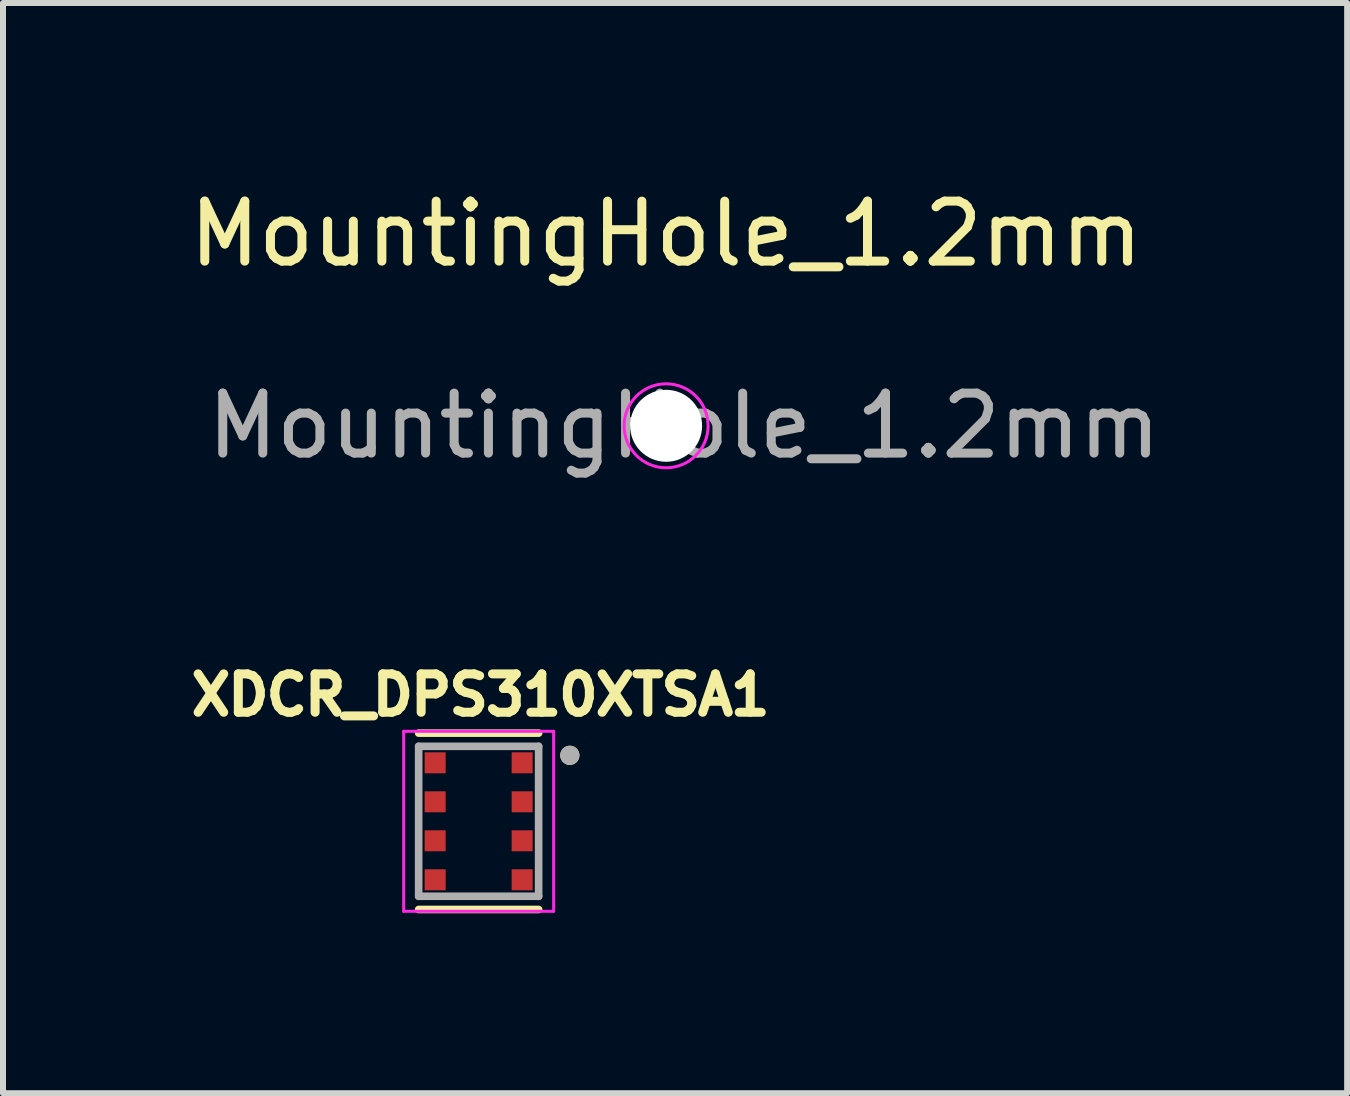
<source format=kicad_pcb>
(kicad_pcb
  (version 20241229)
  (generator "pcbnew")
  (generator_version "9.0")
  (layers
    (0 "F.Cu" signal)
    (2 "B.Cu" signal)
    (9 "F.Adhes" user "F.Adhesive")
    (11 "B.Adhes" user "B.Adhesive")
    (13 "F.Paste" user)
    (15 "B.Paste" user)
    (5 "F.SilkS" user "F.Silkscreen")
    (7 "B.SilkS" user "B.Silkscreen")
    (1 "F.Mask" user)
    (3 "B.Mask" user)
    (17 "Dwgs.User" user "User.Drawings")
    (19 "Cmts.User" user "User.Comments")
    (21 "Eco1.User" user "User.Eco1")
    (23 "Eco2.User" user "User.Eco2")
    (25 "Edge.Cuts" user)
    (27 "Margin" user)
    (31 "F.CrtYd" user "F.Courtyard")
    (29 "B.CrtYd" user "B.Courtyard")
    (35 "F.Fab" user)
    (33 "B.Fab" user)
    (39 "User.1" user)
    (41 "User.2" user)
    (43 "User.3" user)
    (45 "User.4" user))
  (footprint "XDCR_DPS310XTSA1"
    (layer "F.Cu")
    (at 4.929 10.641)
    (property "Reference" "XDCR_DPS310XTSA1" (at 0.032 -2.106 0) (layer "F.SilkS") (effects (font (size 0.64 0.64) (thickness 0.15))))
    (attr smd)
    (fp_line (start -1 1.47) (end 1 1.47) (stroke (width 0.127) (type solid)) (layer "F.SilkS"))
    (fp_line (start 1 -1.47) (end -1 -1.47) (stroke (width 0.127) (type solid)) (layer "F.SilkS"))
    (fp_circle (center 1.52 -1.1) (end 1.6 -1.1) (stroke (width 0.16) (type solid)) (fill no) (layer "F.SilkS"))
    (fp_circle (center -0.725 -0.975) (end -0.637 -0.975) (stroke (width 0.175) (type solid)) (fill no) (layer "F.Paste"))
    (fp_circle (center -0.725 -0.325) (end -0.637 -0.325) (stroke (width 0.175) (type solid)) (fill no) (layer "F.Paste"))
    (fp_circle (center -0.725 0.325) (end -0.637 0.325) (stroke (width 0.175) (type solid)) (fill no) (layer "F.Paste"))
    (fp_circle (center -0.725 0.975) (end -0.637 0.975) (stroke (width 0.175) (type solid)) (fill no) (layer "F.Paste"))
    (fp_circle (center 0.725 -0.975) (end 0.812 -0.975) (stroke (width 0.175) (type solid)) (fill no) (layer "F.Paste"))
    (fp_circle (center 0.725 -0.325) (end 0.812 -0.325) (stroke (width 0.175) (type solid)) (fill no) (layer "F.Paste"))
    (fp_circle (center 0.725 0.325) (end 0.812 0.325) (stroke (width 0.175) (type solid)) (fill no) (layer "F.Paste"))
    (fp_circle (center 0.725 0.975) (end 0.812 0.975) (stroke (width 0.175) (type solid)) (fill no) (layer "F.Paste"))
    (fp_line (start -1.25 -1.5) (end -1.25 1.5) (stroke (width 0.05) (type solid)) (layer "F.CrtYd"))
    (fp_line (start -1.25 1.5) (end 1.25 1.5) (stroke (width 0.05) (type solid)) (layer "F.CrtYd"))
    (fp_line (start 1.25 -1.5) (end -1.25 -1.5) (stroke (width 0.05) (type solid)) (layer "F.CrtYd"))
    (fp_line (start 1.25 1.5) (end 1.25 -1.5) (stroke (width 0.05) (type solid)) (layer "F.CrtYd"))
    (fp_line (start -1 -1.25) (end -1 1.25) (stroke (width 0.127) (type solid)) (layer "F.Fab"))
    (fp_line (start -1 -1.25) (end 1 -1.25) (stroke (width 0.127) (type solid)) (layer "F.Fab"))
    (fp_line (start 1 1.25) (end -1 1.25) (stroke (width 0.127) (type solid)) (layer "F.Fab"))
    (fp_line (start 1 1.25) (end 1 -1.25) (stroke (width 0.127) (type solid)) (layer "F.Fab"))
    (fp_circle (center 1.52 -1.1) (end 1.6 -1.1) (stroke (width 0.16) (type solid)) (fill no) (layer "F.Fab"))
    (pad "1" smd rect (at 0.725 -0.975) (size 0.35 0.35) (layers "F.Cu" "F.Mask"))
    (pad "2" smd rect (at 0.725 -0.325) (size 0.35 0.35) (layers "F.Cu" "F.Mask"))
    (pad "3" smd rect (at 0.725 0.325) (size 0.35 0.35) (layers "F.Cu" "F.Mask"))
    (pad "4" smd rect (at 0.725 0.975) (size 0.35 0.35) (layers "F.Cu" "F.Mask"))
    (pad "5" smd rect (at -0.725 0.975) (size 0.35 0.35) (layers "F.Cu" "F.Mask"))
    (pad "6" smd rect (at -0.725 0.325) (size 0.35 0.35) (layers "F.Cu" "F.Mask"))
    (pad "7" smd rect (at -0.725 -0.325) (size 0.35 0.35) (layers "F.Cu" "F.Mask"))
    (pad "8" smd rect (at -0.725 -0.975) (size 0.35 0.35) (layers "F.Cu" "F.Mask")))
  (footprint "MountingHole_1.2mm"
    (layer "F.Cu")
    (at 8.054 4.048)
    (property "Reference" "MountingHole_1.2mm" (at 0 -3.2 0) (layer "F.SilkS") (effects (font (size 1 1) (thickness 0.15))))
    (attr exclude_from_pos_files exclude_from_bom)
    (fp_circle (center 0 0) (end 0.7 0) (stroke (width 0.05) (type solid)) (fill no) (layer "F.CrtYd"))
    (fp_text user "${REFERENCE}" (at 0.3 0 0) (layer "F.Fab") (effects (font (size 1 1) (thickness 0.15))))
    (pad "" np_thru_hole circle (at 0 0) (size 1.2 1.2) (drill 1.2) (layers "*.Cu" "*.Mask")))
  (gr_rect
    (start -3 -3)
    (end 19.407 15.174)
    (stroke (width 0.1) (type default))
    (fill no)
    (layer "Edge.Cuts")))
</source>
